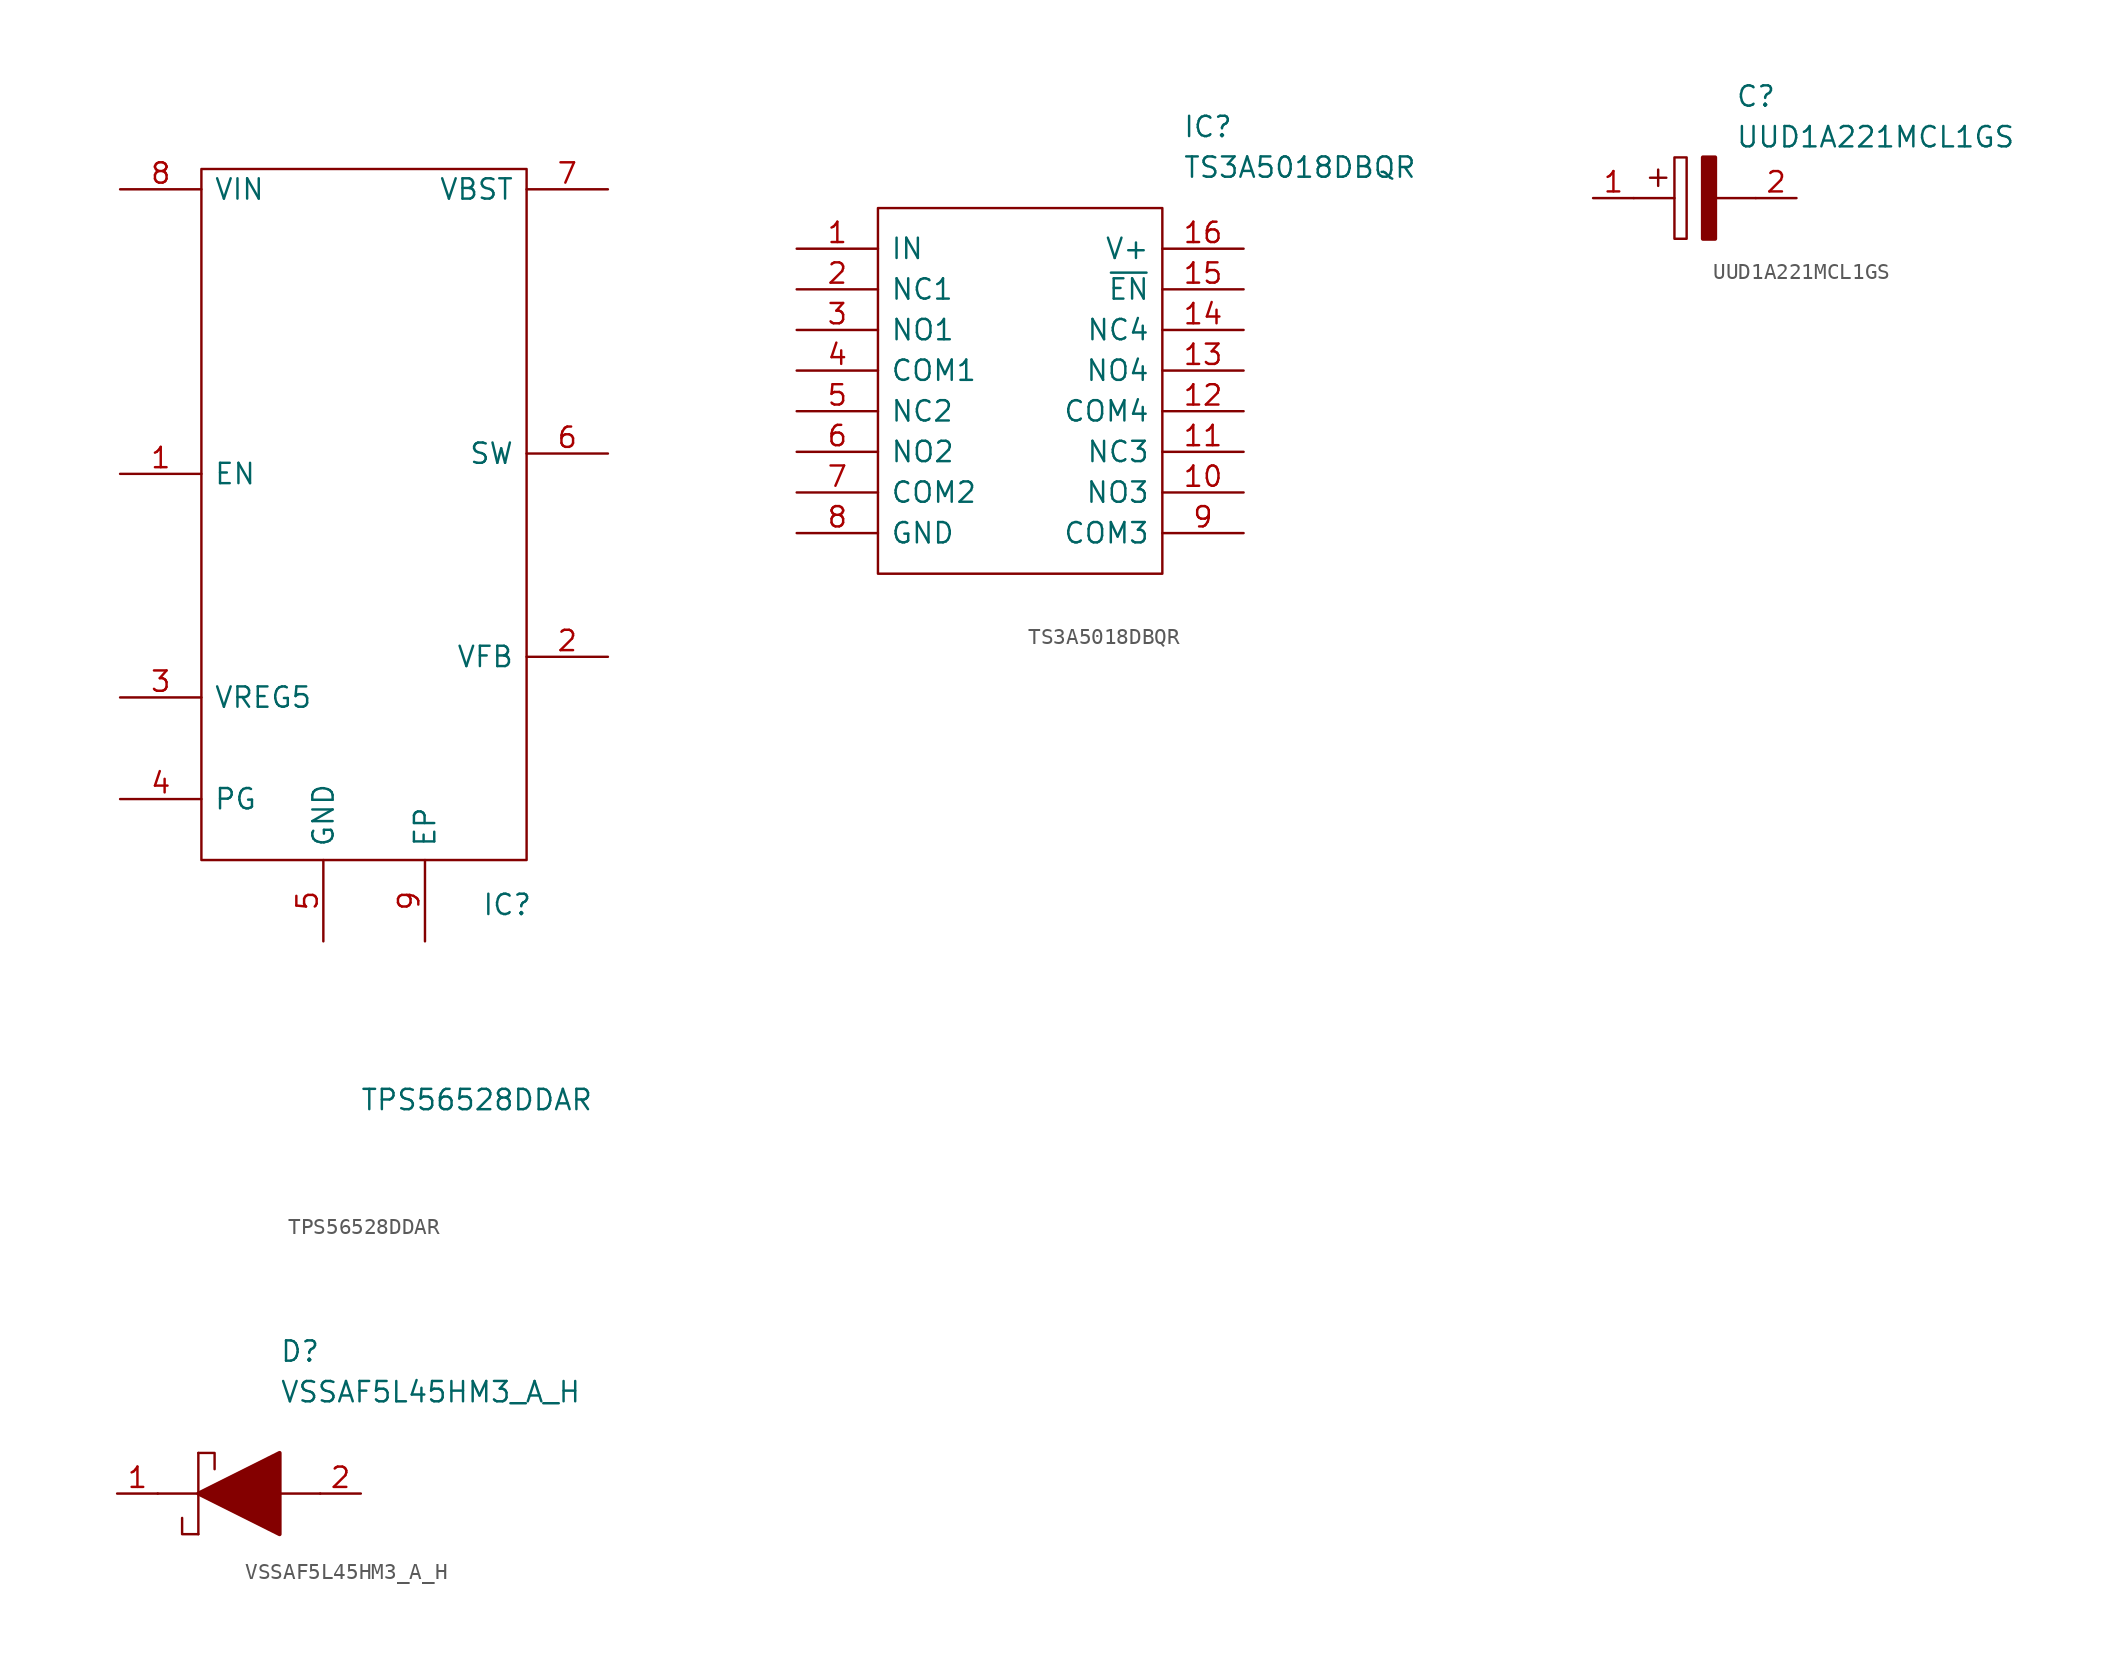
<source format=kicad_sym>
(kicad_symbol_lib
  (version 20231120)
  (generator "kicad_symbol_editor")
  (generator_version "8.0")
  (symbol "TPS56528DDAR"
    (pin_names
      (offset 0.762))
    (property "Reference" "IC"
      (at 22.606 -43.434 0)
      (effects (font (size 1.27 1.27)) (justify left)))
    (property "Value" "TPS56528DDAR"
      (at 14.986 -55.626 0)
      (effects (font (size 1.27 1.27)) (justify left)))
    (symbol "TPS56528DDAR_0_0"
      (pin input line (at 0 -16.51 0) (length 5.08) (name "EN" (effects (font (size 1.27 1.27)))) (number "1" (effects (font (size 1.27 1.27)))))
      (pin input line (at 30.48 -27.94 180) (length 5.08) (name "VFB" (effects (font (size 1.27 1.27)))) (number "2" (effects (font (size 1.27 1.27)))))
      (pin output line (at 0 -30.48 0) (length 5.08) (name "VREG5" (effects (font (size 1.27 1.27)))) (number "3" (effects (font (size 1.27 1.27)))))
      (pin output line (at 0 -36.83 0) (length 5.08) (name "PG" (effects (font (size 1.27 1.27)))) (number "4" (effects (font (size 1.27 1.27)))))
      (pin passive line (at 12.7 -45.72 90) (length 5.08) (name "GND" (effects (font (size 1.27 1.27)))) (number "5" (effects (font (size 1.27 1.27)))))
      (pin output line (at 30.48 -15.24 180) (length 5.08) (name "SW" (effects (font (size 1.27 1.27)))) (number "6" (effects (font (size 1.27 1.27)))))
      (pin output line (at 30.48 1.27 180) (length 5.08) (name "VBST" (effects (font (size 1.27 1.27)))) (number "7" (effects (font (size 1.27 1.27)))))
      (pin power_in line (at 0 1.27 0) (length 5.08) (name "VIN" (effects (font (size 1.27 1.27)))) (number "8" (effects (font (size 1.27 1.27)))))
      (pin passive line (at 19.05 -45.72 90) (length 5.08) (name "EP" (effects (font (size 1.27 1.27)))) (number "9" (effects (font (size 1.27 1.27))))))
    (symbol "TPS56528DDAR_0_1"
      (polyline (pts (xy 5.08 2.54) (xy 25.4 2.54) (xy 25.4 -40.64) (xy 5.08 -40.64) (xy 5.08 2.54)) (stroke (width 0.152) (type solid)) (fill (type none)))))
  (symbol "TS3A5018DBQR"
    (pin_names
      (offset 0.762))
    (property "Reference" "IC"
      (at 24.13 7.62 0)
      (effects (font (size 1.27 1.27)) (justify left)))
    (property "Value" "TS3A5018DBQR"
      (at 24.13 5.08 0)
      (effects (font (size 1.27 1.27)) (justify left)))
    (symbol "TS3A5018DBQR_0_0"
      (pin passive line (at 0 0 0) (length 5.08) (name "IN" (effects (font (size 1.27 1.27)))) (number "1" (effects (font (size 1.27 1.27)))))
      (pin passive line (at 27.94 -15.24 180) (length 5.08) (name "NO3" (effects (font (size 1.27 1.27)))) (number "10" (effects (font (size 1.27 1.27)))))
      (pin passive line (at 27.94 -12.7 180) (length 5.08) (name "NC3" (effects (font (size 1.27 1.27)))) (number "11" (effects (font (size 1.27 1.27)))))
      (pin passive line (at 27.94 -10.16 180) (length 5.08) (name "COM4" (effects (font (size 1.27 1.27)))) (number "12" (effects (font (size 1.27 1.27)))))
      (pin passive line (at 27.94 -7.62 180) (length 5.08) (name "NO4" (effects (font (size 1.27 1.27)))) (number "13" (effects (font (size 1.27 1.27)))))
      (pin passive line (at 27.94 -5.08 180) (length 5.08) (name "NC4" (effects (font (size 1.27 1.27)))) (number "14" (effects (font (size 1.27 1.27)))))
      (pin passive line (at 27.94 -2.54 180) (length 5.08) (name "~{EN}" (effects (font (size 1.27 1.27)))) (number "15" (effects (font (size 1.27 1.27)))))
      (pin passive line (at 27.94 0 180) (length 5.08) (name "V+" (effects (font (size 1.27 1.27)))) (number "16" (effects (font (size 1.27 1.27)))))
      (pin passive line (at 0 -2.54 0) (length 5.08) (name "NC1" (effects (font (size 1.27 1.27)))) (number "2" (effects (font (size 1.27 1.27)))))
      (pin passive line (at 0 -5.08 0) (length 5.08) (name "NO1" (effects (font (size 1.27 1.27)))) (number "3" (effects (font (size 1.27 1.27)))))
      (pin passive line (at 0 -7.62 0) (length 5.08) (name "COM1" (effects (font (size 1.27 1.27)))) (number "4" (effects (font (size 1.27 1.27)))))
      (pin passive line (at 0 -10.16 0) (length 5.08) (name "NC2" (effects (font (size 1.27 1.27)))) (number "5" (effects (font (size 1.27 1.27)))))
      (pin passive line (at 0 -12.7 0) (length 5.08) (name "NO2" (effects (font (size 1.27 1.27)))) (number "6" (effects (font (size 1.27 1.27)))))
      (pin passive line (at 0 -15.24 0) (length 5.08) (name "COM2" (effects (font (size 1.27 1.27)))) (number "7" (effects (font (size 1.27 1.27)))))
      (pin passive line (at 0 -17.78 0) (length 5.08) (name "GND" (effects (font (size 1.27 1.27)))) (number "8" (effects (font (size 1.27 1.27)))))
      (pin passive line (at 27.94 -17.78 180) (length 5.08) (name "COM3" (effects (font (size 1.27 1.27)))) (number "9" (effects (font (size 1.27 1.27))))))
    (symbol "TS3A5018DBQR_0_1"
      (polyline (pts (xy 5.08 2.54) (xy 22.86 2.54) (xy 22.86 -20.32) (xy 5.08 -20.32) (xy 5.08 2.54)) (stroke (width 0.152) (type solid)) (fill (type none)))))
  (symbol "UUD1A221MCL1GS"
    (pin_names
      (offset 0.762))
    (property "Reference" "C"
      (at 8.89 6.35 0)
      (effects (font (size 1.27 1.27)) (justify left)))
    (property "Value" "UUD1A221MCL1GS"
      (at 8.89 3.81 0)
      (effects (font (size 1.27 1.27)) (justify left)))
    (symbol "UUD1A221MCL1GS_0_0"
      (pin passive line (at 0 0 0) (length 2.54) (name "~" (effects (font (size 1.27 1.27)))) (number "1" (effects (font (size 1.27 1.27)))))
      (pin passive line (at 12.7 0 180) (length 2.54) (name "~" (effects (font (size 1.27 1.27)))) (number "2" (effects (font (size 1.27 1.27))))))
    (symbol "UUD1A221MCL1GS_0_1"
      (polyline (pts (xy 2.54 0) (xy 5.08 0)) (stroke (width 0.152) (type solid)) (fill (type none)))
      (polyline (pts (xy 4.064 1.778) (xy 4.064 0.762)) (stroke (width 0.152) (type solid)) (fill (type none)))
      (polyline (pts (xy 4.572 1.27) (xy 3.556 1.27)) (stroke (width 0.152) (type solid)) (fill (type none)))
      (polyline (pts (xy 7.62 0) (xy 10.16 0)) (stroke (width 0.152) (type solid)) (fill (type none)))
      (polyline (pts (xy 5.08 2.54) (xy 5.08 -2.54) (xy 5.842 -2.54) (xy 5.842 2.54) (xy 5.08 2.54)) (stroke (width 0.152) (type solid)) (fill (type none)))
      (polyline (pts (xy 7.62 2.54) (xy 7.62 -2.54) (xy 6.858 -2.54) (xy 6.858 2.54) (xy 7.62 2.54)) (stroke (width 0.254) (type solid)) (fill (type outline)))))
  (symbol "VSSAF5L45HM3_A_H"
    (pin_names
      (offset 0.762))
    (property "Reference" "D"
      (at 12.7 8.89 0)
      (effects (font (size 1.27 1.27)) (justify left)))
    (property "Value" "VSSAF5L45HM3_A_H"
      (at 12.7 6.35 0)
      (effects (font (size 1.27 1.27)) (justify left)))
    (symbol "VSSAF5L45HM3_A_H_0_0"
      (pin passive line (at 2.54 0 0) (length 2.54) (name "~" (effects (font (size 1.27 1.27)))) (number "1" (effects (font (size 1.27 1.27)))))
      (pin passive line (at 17.78 0 180) (length 2.54) (name "~" (effects (font (size 1.27 1.27)))) (number "2" (effects (font (size 1.27 1.27))))))
    (symbol "VSSAF5L45HM3_A_H_0_1"
      (polyline (pts (xy 5.08 0) (xy 7.62 0)) (stroke (width 0.152) (type solid)) (fill (type none)))
      (polyline (pts (xy 7.62 2.54) (xy 7.62 -2.54)) (stroke (width 0.152) (type solid)) (fill (type none)))
      (polyline (pts (xy 12.7 0) (xy 15.24 0)) (stroke (width 0.152) (type solid)) (fill (type none)))
      (polyline (pts (xy 7.62 -2.54) (xy 6.604 -2.54) (xy 6.604 -1.524)) (stroke (width 0.152) (type solid)) (fill (type none)))
      (polyline (pts (xy 7.62 2.54) (xy 8.636 2.54) (xy 8.636 1.524)) (stroke (width 0.152) (type solid)) (fill (type none)))
      (polyline (pts (xy 7.62 0) (xy 12.7 2.54) (xy 12.7 -2.54) (xy 7.62 0)) (stroke (width 0.254) (type solid)) (fill (type outline))))))
</source>
